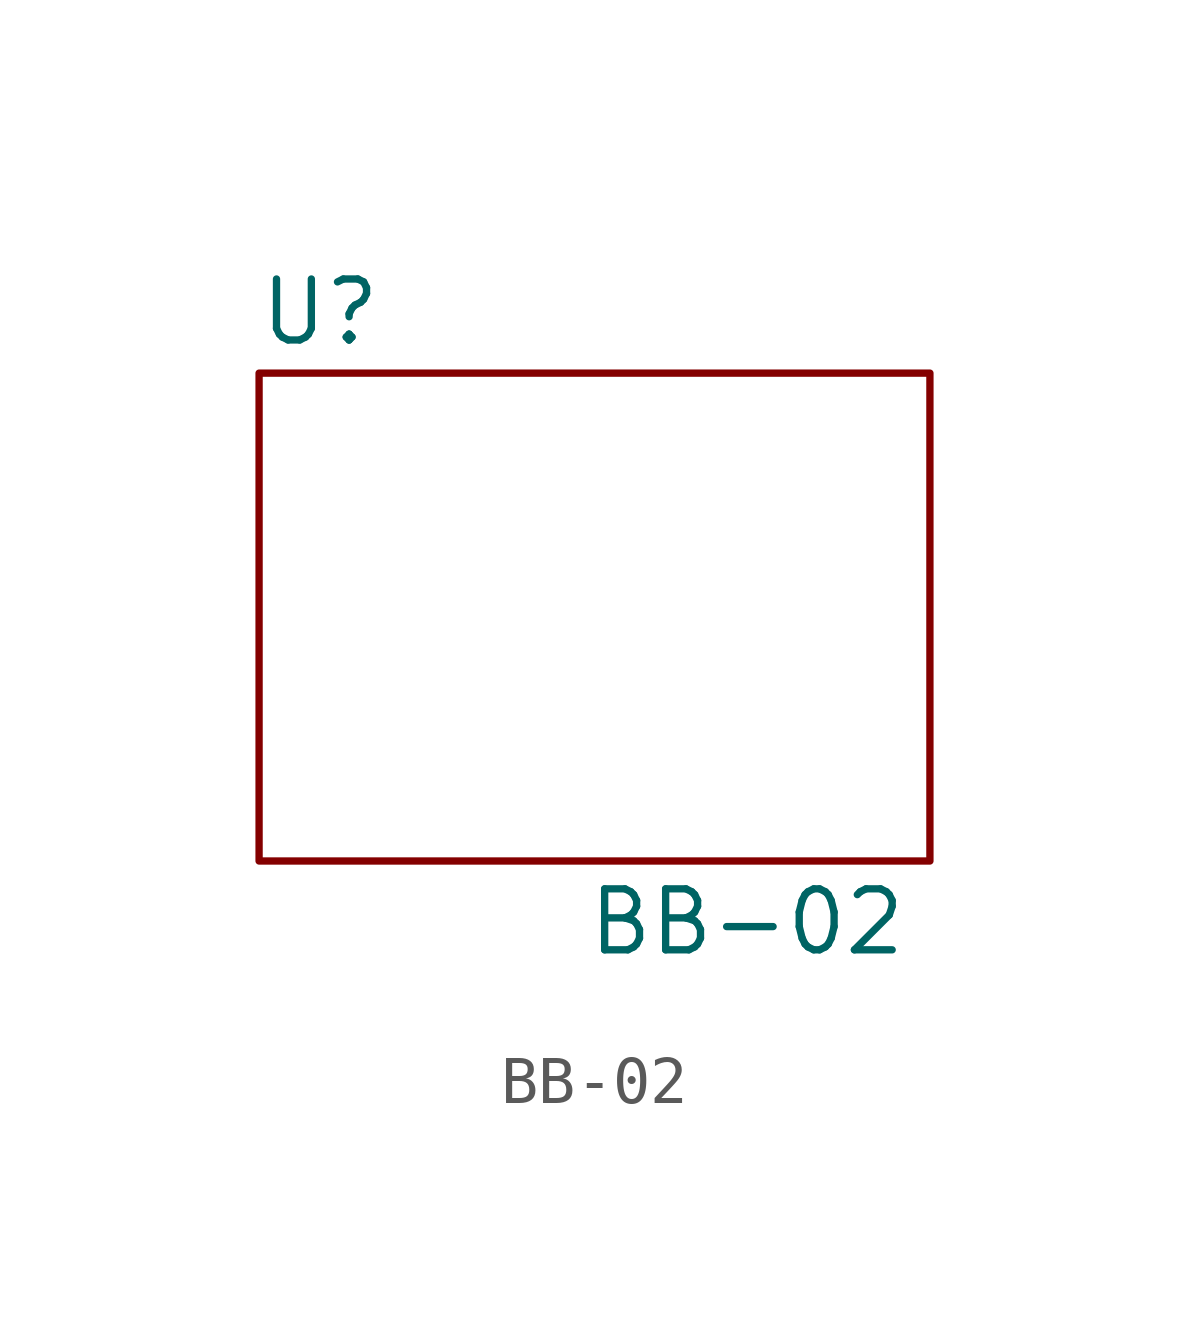
<source format=kicad_sym>
(kicad_symbol_lib
  (version 20211014)
  (generator kicad_symbol_editor)
  (symbol "BB-02"
    (property "Reference" "U"
      (at -5.08 6.35 0)
      (effects (font (size 1.27 1.27))))
    (property "Value" "BB-02"
      (at 3.81 -6.35 0)
      (effects (font (size 1.27 1.27))))
    (symbol "BB-02_0_1"
      (rectangle (start -6.35 5.08) (end 7.62 -5.08) (stroke (width 0) (type default) (color 0 0 0 0)) (fill (type none))))))
</source>
